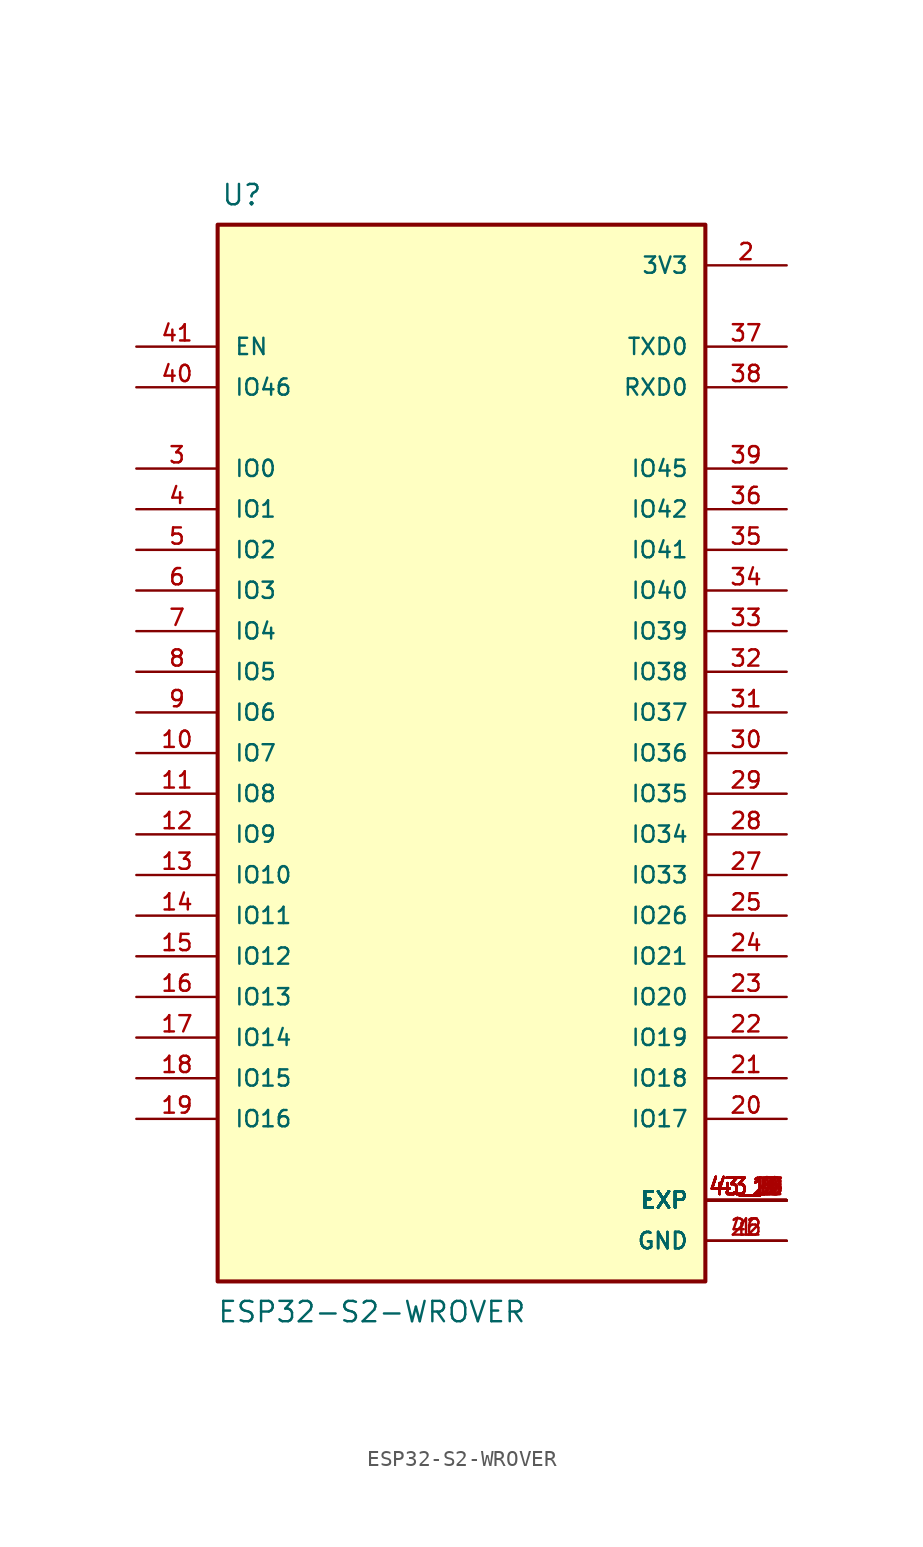
<source format=kicad_sym>
(kicad_symbol_lib
  (version 20211014)
  (generator kicad_symbol_editor)
  (symbol "ESP32-S2-WROVER"
    (pin_names
      (offset 1.016))
    (property "Reference" "U"
      (at -15.036 34.135 0)
      (effects (font (size 1.27 1.27)) (justify bottom left)))
    (property "Value" "ESP32-S2-WROVER"
      (at -15.287 -35.668 0)
      (effects (font (size 1.27 1.27)) (justify bottom left)))
    (symbol "ESP32-S2-WROVER_0_0"
      (rectangle (start -15.24 -33.02) (end 15.24 33.02) (stroke (width 0.254)) (fill (type background)))
      (pin power_in line (at 20.32 -30.48 180.0) (length 5.08) (name "GND" (effects (font (size 1.016 1.016)))) (number "1" (effects (font (size 1.016 1.016)))))
      (pin power_in line (at 20.32 -30.48 180.0) (length 5.08) (name "GND" (effects (font (size 1.016 1.016)))) (number "26" (effects (font (size 1.016 1.016)))))
      (pin power_in line (at 20.32 -30.48 180.0) (length 5.08) (name "GND" (effects (font (size 1.016 1.016)))) (number "42" (effects (font (size 1.016 1.016)))))
      (pin power_in line (at 20.32 30.48 180.0) (length 5.08) (name "3V3" (effects (font (size 1.016 1.016)))) (number "2" (effects (font (size 1.016 1.016)))))
      (pin input line (at -20.32 25.4 0) (length 5.08) (name "EN" (effects (font (size 1.016 1.016)))) (number "41" (effects (font (size 1.016 1.016)))))
      (pin bidirectional line (at 20.32 -5.08 180.0) (length 5.08) (name "IO34" (effects (font (size 1.016 1.016)))) (number "28" (effects (font (size 1.016 1.016)))))
      (pin bidirectional line (at 20.32 -2.54 180.0) (length 5.08) (name "IO35" (effects (font (size 1.016 1.016)))) (number "29" (effects (font (size 1.016 1.016)))))
      (pin bidirectional line (at 20.32 -7.62 180.0) (length 5.08) (name "IO33" (effects (font (size 1.016 1.016)))) (number "27" (effects (font (size 1.016 1.016)))))
      (pin bidirectional line (at 20.32 -10.16 180.0) (length 5.08) (name "IO26" (effects (font (size 1.016 1.016)))) (number "25" (effects (font (size 1.016 1.016)))))
      (pin bidirectional line (at -20.32 -17.78 0) (length 5.08) (name "IO14" (effects (font (size 1.016 1.016)))) (number "17" (effects (font (size 1.016 1.016)))))
      (pin bidirectional line (at -20.32 -12.7 0) (length 5.08) (name "IO12" (effects (font (size 1.016 1.016)))) (number "15" (effects (font (size 1.016 1.016)))))
      (pin bidirectional line (at -20.32 -15.24 0) (length 5.08) (name "IO13" (effects (font (size 1.016 1.016)))) (number "16" (effects (font (size 1.016 1.016)))))
      (pin bidirectional line (at -20.32 -20.32 0) (length 5.08) (name "IO15" (effects (font (size 1.016 1.016)))) (number "18" (effects (font (size 1.016 1.016)))))
      (pin bidirectional line (at -20.32 12.7 0) (length 5.08) (name "IO2" (effects (font (size 1.016 1.016)))) (number "5" (effects (font (size 1.016 1.016)))))
      (pin bidirectional line (at -20.32 17.78 0) (length 5.08) (name "IO0" (effects (font (size 1.016 1.016)))) (number "3" (effects (font (size 1.016 1.016)))))
      (pin bidirectional line (at -20.32 7.62 0) (length 5.08) (name "IO4" (effects (font (size 1.016 1.016)))) (number "7" (effects (font (size 1.016 1.016)))))
      (pin bidirectional line (at -20.32 -22.86 0) (length 5.08) (name "IO16" (effects (font (size 1.016 1.016)))) (number "19" (effects (font (size 1.016 1.016)))))
      (pin bidirectional line (at 20.32 -22.86 180.0) (length 5.08) (name "IO17" (effects (font (size 1.016 1.016)))) (number "20" (effects (font (size 1.016 1.016)))))
      (pin bidirectional line (at -20.32 5.08 0) (length 5.08) (name "IO5" (effects (font (size 1.016 1.016)))) (number "8" (effects (font (size 1.016 1.016)))))
      (pin bidirectional line (at 20.32 -20.32 180.0) (length 5.08) (name "IO18" (effects (font (size 1.016 1.016)))) (number "21" (effects (font (size 1.016 1.016)))))
      (pin bidirectional line (at 20.32 -17.78 180.0) (length 5.08) (name "IO19" (effects (font (size 1.016 1.016)))) (number "22" (effects (font (size 1.016 1.016)))))
      (pin bidirectional line (at 20.32 -12.7 180.0) (length 5.08) (name "IO21" (effects (font (size 1.016 1.016)))) (number "24" (effects (font (size 1.016 1.016)))))
      (pin bidirectional line (at 20.32 22.86 180.0) (length 5.08) (name "RXD0" (effects (font (size 1.016 1.016)))) (number "38" (effects (font (size 1.016 1.016)))))
      (pin bidirectional line (at 20.32 25.4 180.0) (length 5.08) (name "TXD0" (effects (font (size 1.016 1.016)))) (number "37" (effects (font (size 1.016 1.016)))))
      (pin bidirectional line (at -20.32 15.24 0) (length 5.08) (name "IO1" (effects (font (size 1.016 1.016)))) (number "4" (effects (font (size 1.016 1.016)))))
      (pin bidirectional line (at -20.32 10.16 0) (length 5.08) (name "IO3" (effects (font (size 1.016 1.016)))) (number "6" (effects (font (size 1.016 1.016)))))
      (pin bidirectional line (at -20.32 2.54 0) (length 5.08) (name "IO6" (effects (font (size 1.016 1.016)))) (number "9" (effects (font (size 1.016 1.016)))))
      (pin bidirectional line (at -20.32 0.0 0) (length 5.08) (name "IO7" (effects (font (size 1.016 1.016)))) (number "10" (effects (font (size 1.016 1.016)))))
      (pin bidirectional line (at -20.32 -2.54 0) (length 5.08) (name "IO8" (effects (font (size 1.016 1.016)))) (number "11" (effects (font (size 1.016 1.016)))))
      (pin bidirectional line (at -20.32 -5.08 0) (length 5.08) (name "IO9" (effects (font (size 1.016 1.016)))) (number "12" (effects (font (size 1.016 1.016)))))
      (pin bidirectional line (at -20.32 -7.62 0) (length 5.08) (name "IO10" (effects (font (size 1.016 1.016)))) (number "13" (effects (font (size 1.016 1.016)))))
      (pin bidirectional line (at -20.32 -10.16 0) (length 5.08) (name "IO11" (effects (font (size 1.016 1.016)))) (number "14" (effects (font (size 1.016 1.016)))))
      (pin bidirectional line (at 20.32 -15.24 180.0) (length 5.08) (name "IO20" (effects (font (size 1.016 1.016)))) (number "23" (effects (font (size 1.016 1.016)))))
      (pin bidirectional line (at 20.32 0.0 180.0) (length 5.08) (name "IO36" (effects (font (size 1.016 1.016)))) (number "30" (effects (font (size 1.016 1.016)))))
      (pin bidirectional line (at 20.32 2.54 180.0) (length 5.08) (name "IO37" (effects (font (size 1.016 1.016)))) (number "31" (effects (font (size 1.016 1.016)))))
      (pin bidirectional line (at 20.32 5.08 180.0) (length 5.08) (name "IO38" (effects (font (size 1.016 1.016)))) (number "32" (effects (font (size 1.016 1.016)))))
      (pin bidirectional line (at 20.32 7.62 180.0) (length 5.08) (name "IO39" (effects (font (size 1.016 1.016)))) (number "33" (effects (font (size 1.016 1.016)))))
      (pin bidirectional line (at 20.32 10.16 180.0) (length 5.08) (name "IO40" (effects (font (size 1.016 1.016)))) (number "34" (effects (font (size 1.016 1.016)))))
      (pin bidirectional line (at 20.32 12.7 180.0) (length 5.08) (name "IO41" (effects (font (size 1.016 1.016)))) (number "35" (effects (font (size 1.016 1.016)))))
      (pin bidirectional line (at 20.32 15.24 180.0) (length 5.08) (name "IO42" (effects (font (size 1.016 1.016)))) (number "36" (effects (font (size 1.016 1.016)))))
      (pin bidirectional line (at 20.32 17.78 180.0) (length 5.08) (name "IO45" (effects (font (size 1.016 1.016)))) (number "39" (effects (font (size 1.016 1.016)))))
      (pin input line (at -20.32 22.86 0) (length 5.08) (name "IO46" (effects (font (size 1.016 1.016)))) (number "40" (effects (font (size 1.016 1.016)))))
      (pin power_in line (at 20.32 -27.94 180.0) (length 5.08) (name "EXP" (effects (font (size 1.016 1.016)))) (number "43_1" (effects (font (size 1.016 1.016)))))
      (pin power_in line (at 20.32 -27.94 180.0) (length 5.08) (name "EXP" (effects (font (size 1.016 1.016)))) (number "43_2" (effects (font (size 1.016 1.016)))))
      (pin power_in line (at 20.32 -27.94 180.0) (length 5.08) (name "EXP" (effects (font (size 1.016 1.016)))) (number "43_3" (effects (font (size 1.016 1.016)))))
      (pin power_in line (at 20.32 -27.94 180.0) (length 5.08) (name "EXP" (effects (font (size 1.016 1.016)))) (number "43_4" (effects (font (size 1.016 1.016)))))
      (pin power_in line (at 20.32 -27.94 180.0) (length 5.08) (name "EXP" (effects (font (size 1.016 1.016)))) (number "43_5" (effects (font (size 1.016 1.016)))))
      (pin power_in line (at 20.32 -27.94 180.0) (length 5.08) (name "EXP" (effects (font (size 1.016 1.016)))) (number "43_6" (effects (font (size 1.016 1.016)))))
      (pin power_in line (at 20.32 -27.94 180.0) (length 5.08) (name "EXP" (effects (font (size 1.016 1.016)))) (number "43_7" (effects (font (size 1.016 1.016)))))
      (pin power_in line (at 20.32 -27.94 180.0) (length 5.08) (name "EXP" (effects (font (size 1.016 1.016)))) (number "43_8" (effects (font (size 1.016 1.016)))))
      (pin power_in line (at 20.32 -27.94 180.0) (length 5.08) (name "EXP" (effects (font (size 1.016 1.016)))) (number "43_9" (effects (font (size 1.016 1.016)))))
      (pin power_in line (at 20.32 -27.94 180.0) (length 5.08) (name "EXP" (effects (font (size 1.016 1.016)))) (number "43_10" (effects (font (size 1.016 1.016)))))
      (pin power_in line (at 20.32 -27.94 180.0) (length 5.08) (name "EXP" (effects (font (size 1.016 1.016)))) (number "43_11" (effects (font (size 1.016 1.016)))))
      (pin power_in line (at 20.32 -27.94 180.0) (length 5.08) (name "EXP" (effects (font (size 1.016 1.016)))) (number "43_12" (effects (font (size 1.016 1.016)))))
      (pin power_in line (at 20.32 -27.94 180.0) (length 5.08) (name "EXP" (effects (font (size 1.016 1.016)))) (number "43_13" (effects (font (size 1.016 1.016)))))
      (pin power_in line (at 20.32 -27.94 180.0) (length 5.08) (name "EXP" (effects (font (size 1.016 1.016)))) (number "43_14" (effects (font (size 1.016 1.016)))))
      (pin power_in line (at 20.32 -27.94 180.0) (length 5.08) (name "EXP" (effects (font (size 1.016 1.016)))) (number "43_15" (effects (font (size 1.016 1.016)))))
      (pin power_in line (at 20.32 -27.94 180.0) (length 5.08) (name "EXP" (effects (font (size 1.016 1.016)))) (number "43_16" (effects (font (size 1.016 1.016)))))
      (pin power_in line (at 20.32 -27.94 180.0) (length 5.08) (name "EXP" (effects (font (size 1.016 1.016)))) (number "43_17" (effects (font (size 1.016 1.016)))))
      (pin power_in line (at 20.32 -27.94 180.0) (length 5.08) (name "EXP" (effects (font (size 1.016 1.016)))) (number "43_18" (effects (font (size 1.016 1.016)))))
      (pin power_in line (at 20.32 -27.94 180.0) (length 5.08) (name "EXP" (effects (font (size 1.016 1.016)))) (number "43_19" (effects (font (size 1.016 1.016)))))
      (pin power_in line (at 20.32 -27.94 180.0) (length 5.08) (name "EXP" (effects (font (size 1.016 1.016)))) (number "43_20" (effects (font (size 1.016 1.016)))))
      (pin power_in line (at 20.32 -27.94 180.0) (length 5.08) (name "EXP" (effects (font (size 1.016 1.016)))) (number "43_21" (effects (font (size 1.016 1.016))))))))
</source>
